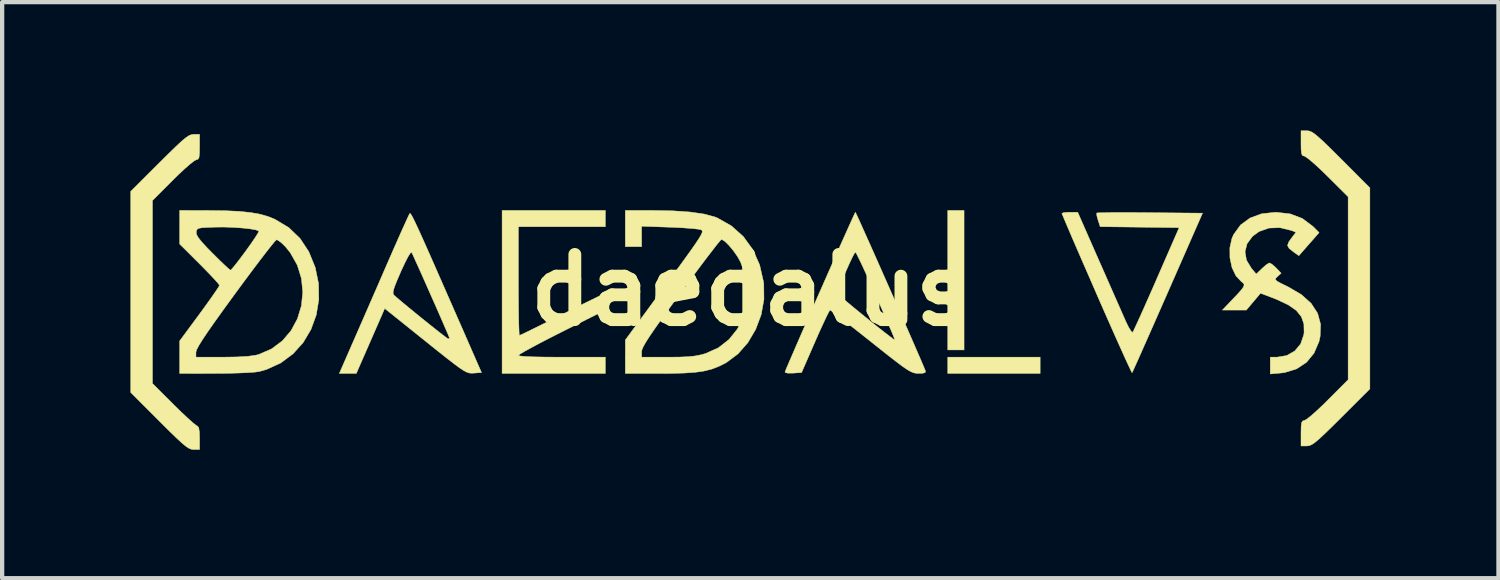
<source format=kicad_pcb>
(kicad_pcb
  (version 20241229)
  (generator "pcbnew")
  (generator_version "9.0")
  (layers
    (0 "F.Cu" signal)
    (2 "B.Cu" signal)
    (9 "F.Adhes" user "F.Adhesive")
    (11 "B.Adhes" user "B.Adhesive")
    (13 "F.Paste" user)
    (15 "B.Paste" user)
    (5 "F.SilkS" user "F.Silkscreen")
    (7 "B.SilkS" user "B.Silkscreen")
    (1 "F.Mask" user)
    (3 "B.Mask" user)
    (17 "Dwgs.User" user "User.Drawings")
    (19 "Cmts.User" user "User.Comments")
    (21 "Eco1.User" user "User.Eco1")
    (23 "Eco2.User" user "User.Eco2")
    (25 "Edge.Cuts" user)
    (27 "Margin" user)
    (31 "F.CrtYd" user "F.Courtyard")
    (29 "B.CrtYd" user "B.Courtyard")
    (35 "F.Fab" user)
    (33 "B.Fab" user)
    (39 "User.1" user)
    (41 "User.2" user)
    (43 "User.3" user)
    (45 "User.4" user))
  (footprint "daedalus"
    (layer "F.Cu")
    (at 14.483 3.73)
    (property "Reference" "daedalus" (at 0 0 0) (layer "F.SilkS") (effects (font (size 1.524 1.524) (thickness 0.3))))
    (attr through_hole)
    (fp_poly (pts (xy 4.995 1.397) (xy 4.614 1.397) (xy 4.614 -1.863) (xy 4.995 -1.863) (xy 4.995 1.397)) (stroke (width 0.01) (type solid)) (fill yes) (layer "F.SilkS"))
    (fp_poly (pts (xy 6.773 1.947) (xy 4.614 1.947) (xy 4.614 1.566) (xy 6.773 1.566) (xy 6.773 1.947)) (stroke (width 0.01) (type solid)) (fill yes) (layer "F.SilkS"))
    (fp_poly (pts (xy -12.869 -3.344) (xy -12.872 -3.187) (xy -12.883 -3.097) (xy -12.908 -3.057) (xy -12.944 -3.048) (xy -12.998 -3.019) (xy -13.099 -2.94) (xy -13.235 -2.82) (xy -13.394 -2.67) (xy -13.494 -2.571) (xy -13.97 -2.094) (xy -13.97 2.181) (xy -13.472 2.678) (xy -13.303 2.844) (xy -13.152 2.986) (xy -13.03 3.095) (xy -12.949 3.16) (xy -12.922 3.175) (xy -12.89 3.21) (xy -12.873 3.318) (xy -12.869 3.45) (xy -12.869 3.725) (xy -13.007 3.725) (xy -13.059 3.719) (xy -13.116 3.697) (xy -13.187 3.651) (xy -13.281 3.573) (xy -13.407 3.457) (xy -13.573 3.296) (xy -13.789 3.081) (xy -13.812 3.058) (xy -14.478 2.391) (xy -14.478 -2.308) (xy -13.811 -2.974) (xy -13.589 -3.194) (xy -13.418 -3.36) (xy -13.289 -3.48) (xy -13.192 -3.561) (xy -13.119 -3.61) (xy -13.061 -3.634) (xy -13.009 -3.641) (xy -13.006 -3.641) (xy -12.869 -3.641) (xy -12.869 -3.344)) (stroke (width 0.01) (type solid)) (fill yes) (layer "F.SilkS"))
    (fp_poly (pts (xy 13.059 -3.719) (xy 13.116 -3.697) (xy 13.187 -3.651) (xy 13.281 -3.573) (xy 13.407 -3.457) (xy 13.573 -3.296) (xy 13.789 -3.081) (xy 13.812 -3.058) (xy 14.478 -2.391) (xy 14.478 2.308) (xy 13.811 2.974) (xy 13.589 3.194) (xy 13.418 3.36) (xy 13.289 3.48) (xy 13.192 3.561) (xy 13.119 3.61) (xy 13.061 3.634) (xy 13.009 3.641) (xy 13.006 3.641) (xy 12.869 3.641) (xy 12.869 3.344) (xy 12.872 3.187) (xy 12.883 3.097) (xy 12.908 3.057) (xy 12.944 3.048) (xy 12.998 3.019) (xy 13.099 2.94) (xy 13.235 2.82) (xy 13.394 2.67) (xy 13.494 2.571) (xy 13.97 2.094) (xy 13.97 -2.182) (xy 13.493 -2.657) (xy 13.326 -2.819) (xy 13.175 -2.958) (xy 13.052 -3.062) (xy 12.968 -3.122) (xy 12.943 -3.133) (xy 12.904 -3.144) (xy 12.881 -3.191) (xy 12.871 -3.29) (xy 12.869 -3.429) (xy 12.869 -3.725) (xy 13.007 -3.725) (xy 13.059 -3.719)) (stroke (width 0.01) (type solid)) (fill yes) (layer "F.SilkS"))
    (fp_poly (pts (xy -3.387 -1.482) (xy -5.419 -1.482) (xy -5.419 -0.212) (xy -5.418 0.106) (xy -5.416 0.395) (xy -5.413 0.645) (xy -5.408 0.845) (xy -5.403 0.984) (xy -5.398 1.053) (xy -5.396 1.058) (xy -5.353 1.04) (xy -5.245 0.989) (xy -5.082 0.909) (xy -4.875 0.807) (xy -4.633 0.686) (xy -4.404 0.572) (xy -4.141 0.44) (xy -3.903 0.321) (xy -3.701 0.222) (xy -3.545 0.146) (xy -3.445 0.098) (xy -3.412 0.085) (xy -3.397 0.123) (xy -3.388 0.218) (xy -3.387 0.275) (xy -3.387 0.465) (xy -4.403 0.974) (xy -4.672 1.11) (xy -4.914 1.235) (xy -5.119 1.345) (xy -5.279 1.433) (xy -5.382 1.494) (xy -5.419 1.524) (xy -5.419 1.524) (xy -5.377 1.539) (xy -5.255 1.55) (xy -5.057 1.559) (xy -4.786 1.564) (xy -4.447 1.566) (xy -4.403 1.566) (xy -3.387 1.566) (xy -3.387 1.947) (xy -5.8 1.947) (xy -5.8 -1.863) (xy -3.387 -1.863) (xy -3.387 -1.482)) (stroke (width 0.01) (type solid)) (fill yes) (layer "F.SilkS"))
    (fp_poly (pts (xy 8.149 -0.688) (xy 8.284 -0.383) (xy 8.414 -0.088) (xy 8.533 0.183) (xy 8.637 0.418) (xy 8.718 0.602) (xy 8.772 0.724) (xy 8.775 0.732) (xy 8.84 0.865) (xy 8.896 0.956) (xy 8.932 0.988) (xy 8.935 0.986) (xy 8.96 0.94) (xy 9.013 0.826) (xy 9.092 0.654) (xy 9.191 0.434) (xy 9.306 0.174) (xy 9.434 -0.115) (xy 9.494 -0.254) (xy 10.021 -1.46) (xy 9.099 -1.472) (xy 8.176 -1.483) (xy 8.127 -1.633) (xy 8.099 -1.735) (xy 8.094 -1.797) (xy 8.096 -1.803) (xy 8.142 -1.807) (xy 8.261 -1.81) (xy 8.444 -1.813) (xy 8.679 -1.813) (xy 8.956 -1.813) (xy 9.263 -1.811) (xy 9.341 -1.81) (xy 10.568 -1.799) (xy 9.753 0.057) (xy 9.589 0.429) (xy 9.436 0.777) (xy 9.296 1.093) (xy 9.174 1.369) (xy 9.072 1.599) (xy 8.993 1.774) (xy 8.942 1.887) (xy 8.921 1.93) (xy 8.921 1.93) (xy 8.902 1.896) (xy 8.852 1.791) (xy 8.774 1.624) (xy 8.674 1.402) (xy 8.552 1.131) (xy 8.414 0.82) (xy 8.262 0.476) (xy 8.1 0.106) (xy 8.093 0.09) (xy 7.931 -0.283) (xy 7.779 -0.631) (xy 7.641 -0.948) (xy 7.521 -1.226) (xy 7.422 -1.457) (xy 7.347 -1.634) (xy 7.299 -1.748) (xy 7.281 -1.793) (xy 7.281 -1.794) (xy 7.319 -1.81) (xy 7.414 -1.819) (xy 7.466 -1.82) (xy 7.651 -1.82) (xy 8.149 -0.688)) (stroke (width 0.01) (type solid)) (fill yes) (layer "F.SilkS"))
    (fp_poly (pts (xy -7.934 -1.778) (xy -7.911 -1.741) (xy -7.878 -1.678) (xy -7.831 -1.583) (xy -7.769 -1.45) (xy -7.689 -1.275) (xy -7.589 -1.052) (xy -7.466 -0.775) (xy -7.319 -0.441) (xy -7.144 -0.043) (xy -6.939 0.424) (xy -6.781 0.783) (xy -6.281 1.926) (xy -6.462 1.939) (xy -6.516 1.941) (xy -6.568 1.936) (xy -6.625 1.917) (xy -6.697 1.88) (xy -6.791 1.818) (xy -6.916 1.726) (xy -7.082 1.598) (xy -7.295 1.429) (xy -7.565 1.213) (xy -7.593 1.19) (xy -8.543 0.428) (xy -8.875 1.188) (xy -9.207 1.947) (xy -9.604 1.947) (xy -9.276 1.196) (xy -9.165 0.943) (xy -9.03 0.634) (xy -8.879 0.288) (xy -8.787 0.077) (xy -8.347 0.077) (xy -8.329 0.114) (xy -8.328 0.115) (xy -8.266 0.17) (xy -8.157 0.263) (xy -8.012 0.383) (xy -7.845 0.52) (xy -7.667 0.665) (xy -7.491 0.806) (xy -7.33 0.934) (xy -7.196 1.039) (xy -7.101 1.111) (xy -7.059 1.139) (xy -7.059 1.139) (xy -7.027 1.123) (xy -7.027 1.123) (xy -7.044 1.08) (xy -7.089 0.974) (xy -7.158 0.815) (xy -7.244 0.616) (xy -7.343 0.391) (xy -7.449 0.152) (xy -7.556 -0.09) (xy -7.658 -0.32) (xy -7.751 -0.527) (xy -7.828 -0.697) (xy -7.883 -0.819) (xy -7.912 -0.88) (xy -7.913 -0.881) (xy -7.942 -0.869) (xy -7.997 -0.783) (xy -8.075 -0.631) (xy -8.164 -0.439) (xy -8.255 -0.228) (xy -8.314 -0.08) (xy -8.343 0.017) (xy -8.347 0.077) (xy -8.787 0.077) (xy -8.722 -0.071) (xy -8.569 -0.424) (xy -8.468 -0.656) (xy -8.343 -0.942) (xy -8.228 -1.202) (xy -8.128 -1.427) (xy -8.046 -1.607) (xy -7.989 -1.731) (xy -7.96 -1.789) (xy -7.958 -1.791) (xy -7.949 -1.793) (xy -7.934 -1.778)) (stroke (width 0.01) (type solid)) (fill yes) (layer "F.SilkS"))
    (fp_poly (pts (xy 12.614 -1.783) (xy 12.9 -1.675) (xy 13.144 -1.492) (xy 13.155 -1.482) (xy 13.292 -1.345) (xy 12.818 -0.805) (xy 12.697 -0.891) (xy 12.591 -0.975) (xy 12.554 -1.043) (xy 12.58 -1.122) (xy 12.639 -1.206) (xy 12.751 -1.353) (xy 12.646 -1.394) (xy 12.375 -1.46) (xy 12.119 -1.451) (xy 11.889 -1.37) (xy 11.737 -1.259) (xy 11.608 -1.085) (xy 11.561 -0.897) (xy 11.594 -0.702) (xy 11.71 -0.51) (xy 11.711 -0.509) (xy 11.823 -0.376) (xy 11.957 -0.505) (xy 12.047 -0.585) (xy 12.117 -0.631) (xy 12.133 -0.635) (xy 12.188 -0.607) (xy 12.269 -0.537) (xy 12.291 -0.515) (xy 12.405 -0.396) (xy 12.318 -0.317) (xy 12.279 -0.278) (xy 12.272 -0.246) (xy 12.307 -0.21) (xy 12.396 -0.161) (xy 12.549 -0.086) (xy 12.564 -0.079) (xy 12.875 0.102) (xy 13.106 0.309) (xy 13.257 0.541) (xy 13.327 0.799) (xy 13.316 1.081) (xy 13.289 1.203) (xy 13.173 1.473) (xy 12.997 1.687) (xy 12.766 1.84) (xy 12.489 1.925) (xy 12.404 1.936) (xy 12.15 1.959) (xy 12.15 1.566) (xy 12.308 1.566) (xy 12.536 1.528) (xy 12.724 1.421) (xy 12.861 1.256) (xy 12.934 1.042) (xy 12.941 0.987) (xy 12.936 0.788) (xy 12.877 0.62) (xy 12.758 0.474) (xy 12.571 0.344) (xy 12.309 0.22) (xy 12.225 0.187) (xy 11.923 0.072) (xy 11.757 0.269) (xy 11.591 0.466) (xy 11.031 0.466) (xy 11.243 0.243) (xy 11.389 0.09) (xy 11.483 -0.016) (xy 11.53 -0.085) (xy 11.539 -0.131) (xy 11.516 -0.167) (xy 11.479 -0.195) (xy 11.348 -0.334) (xy 11.256 -0.528) (xy 11.208 -0.754) (xy 11.206 -0.989) (xy 11.255 -1.211) (xy 11.294 -1.299) (xy 11.456 -1.523) (xy 11.676 -1.685) (xy 11.949 -1.785) (xy 12.272 -1.82) (xy 12.286 -1.82) (xy 12.614 -1.783)) (stroke (width 0.01) (type solid)) (fill yes) (layer "F.SilkS"))
    (fp_poly (pts (xy -1.807 -1.853) (xy -1.399 -1.825) (xy -1.072 -1.777) (xy -0.824 -1.709) (xy -0.777 -1.691) (xy -0.443 -1.503) (xy -0.163 -1.253) (xy 0.059 -0.947) (xy 0.218 -0.591) (xy 0.309 -0.192) (xy 0.315 -0.146) (xy 0.319 0.215) (xy 0.254 0.574) (xy 0.126 0.916) (xy -0.057 1.227) (xy -0.288 1.49) (xy -0.559 1.692) (xy -0.584 1.706) (xy -0.744 1.785) (xy -0.904 1.846) (xy -1.08 1.89) (xy -1.285 1.92) (xy -1.535 1.937) (xy -1.845 1.946) (xy -2.104 1.947) (xy -2.921 1.947) (xy -2.92 1.436) (xy -2.54 1.436) (xy -2.54 1.566) (xy -1.931 1.566) (xy -1.66 1.564) (xy -1.453 1.555) (xy -1.29 1.538) (xy -1.149 1.51) (xy -1.046 1.481) (xy -0.747 1.348) (xy -0.498 1.153) (xy -0.301 0.908) (xy -0.161 0.622) (xy -0.082 0.307) (xy -0.068 -0.026) (xy -0.123 -0.368) (xy -0.226 -0.653) (xy -0.299 -0.785) (xy -0.396 -0.923) (xy -0.5 -1.048) (xy -0.596 -1.142) (xy -0.667 -1.184) (xy -0.675 -1.185) (xy -0.708 -1.152) (xy -0.785 -1.059) (xy -0.899 -0.911) (xy -1.047 -0.719) (xy -1.22 -0.488) (xy -1.415 -0.226) (xy -1.625 0.058) (xy -1.626 0.06) (xy -1.876 0.402) (xy -2.079 0.683) (xy -2.239 0.91) (xy -2.36 1.087) (xy -2.446 1.223) (xy -2.502 1.323) (xy -2.532 1.393) (xy -2.54 1.436) (xy -2.92 1.436) (xy -2.92 1.164) (xy -1.989 -0.105) (xy -1.748 -0.433) (xy -1.554 -0.699) (xy -1.402 -0.911) (xy -1.287 -1.074) (xy -1.206 -1.196) (xy -1.154 -1.282) (xy -1.127 -1.341) (xy -1.121 -1.377) (xy -1.131 -1.399) (xy -1.153 -1.412) (xy -1.228 -1.426) (xy -1.37 -1.441) (xy -1.561 -1.455) (xy -1.785 -1.467) (xy -1.894 -1.471) (xy -2.54 -1.493) (xy -2.54 -1.016) (xy -2.921 -1.016) (xy -2.921 -1.863) (xy -2.295 -1.863) (xy -1.807 -1.853)) (stroke (width 0.01) (type solid)) (fill yes) (layer "F.SilkS"))
    (fp_poly (pts (xy 2.475 -1.782) (xy 2.524 -1.676) (xy 2.599 -1.511) (xy 2.695 -1.296) (xy 2.81 -1.04) (xy 2.938 -0.752) (xy 3.076 -0.441) (xy 3.219 -0.117) (xy 3.365 0.212) (xy 3.507 0.536) (xy 3.643 0.846) (xy 3.769 1.134) (xy 3.88 1.389) (xy 3.973 1.603) (xy 4.043 1.767) (xy 4.086 1.871) (xy 4.093 1.888) (xy 4.087 1.926) (xy 4.021 1.944) (xy 3.931 1.946) (xy 3.873 1.943) (xy 3.817 1.931) (xy 3.752 1.905) (xy 3.67 1.858) (xy 3.562 1.785) (xy 3.421 1.679) (xy 3.236 1.536) (xy 3 1.349) (xy 2.819 1.205) (xy 2.577 1.013) (xy 2.357 0.84) (xy 2.167 0.692) (xy 2.016 0.576) (xy 1.913 0.498) (xy 1.865 0.466) (xy 1.863 0.466) (xy 1.838 0.503) (xy 1.786 0.605) (xy 1.712 0.762) (xy 1.621 0.96) (xy 1.52 1.188) (xy 1.517 1.196) (xy 1.198 1.926) (xy 0.997 1.939) (xy 0.879 1.94) (xy 0.815 1.924) (xy 0.811 1.912) (xy 0.84 1.838) (xy 0.899 1.7) (xy 0.982 1.508) (xy 1.085 1.27) (xy 1.204 0.996) (xy 1.336 0.695) (xy 1.476 0.375) (xy 1.611 0.069) (xy 2.039 0.069) (xy 2.039 0.08) (xy 2.074 0.116) (xy 2.162 0.194) (xy 2.292 0.303) (xy 2.451 0.435) (xy 2.627 0.579) (xy 2.808 0.726) (xy 2.983 0.866) (xy 3.14 0.989) (xy 3.266 1.086) (xy 3.349 1.147) (xy 3.378 1.164) (xy 3.365 1.124) (xy 3.322 1.017) (xy 3.252 0.853) (xy 3.162 0.643) (xy 3.054 0.396) (xy 2.937 0.132) (xy 2.816 -0.14) (xy 2.704 -0.385) (xy 2.608 -0.593) (xy 2.531 -0.752) (xy 2.479 -0.855) (xy 2.457 -0.889) (xy 2.429 -0.853) (xy 2.378 -0.756) (xy 2.313 -0.617) (xy 2.24 -0.454) (xy 2.169 -0.285) (xy 2.106 -0.13) (xy 2.06 -0.006) (xy 2.039 0.069) (xy 1.611 0.069) (xy 1.621 0.047) (xy 1.766 -0.282) (xy 1.907 -0.601) (xy 2.04 -0.901) (xy 2.162 -1.175) (xy 2.268 -1.411) (xy 2.354 -1.602) (xy 2.416 -1.738) (xy 2.45 -1.81) (xy 2.455 -1.819) (xy 2.475 -1.782)) (stroke (width 0.01) (type solid)) (fill yes) (layer "F.SilkS"))
    (fp_poly (pts (xy -12.668 -1.861) (xy -12.27 -1.856) (xy -11.943 -1.841) (xy -11.674 -1.813) (xy -11.45 -1.773) (xy -11.258 -1.717) (xy -11.107 -1.655) (xy -10.784 -1.461) (xy -10.521 -1.208) (xy -10.317 -0.899) (xy -10.166 -0.528) (xy -10.089 -0.152) (xy -10.083 0.221) (xy -10.143 0.581) (xy -10.266 0.918) (xy -10.447 1.223) (xy -10.684 1.487) (xy -10.972 1.701) (xy -11.306 1.854) (xy -11.477 1.902) (xy -11.578 1.916) (xy -11.746 1.928) (xy -11.965 1.937) (xy -12.219 1.944) (xy -12.489 1.946) (xy -12.499 1.946) (xy -13.335 1.947) (xy -13.335 1.448) (xy -12.954 1.448) (xy -12.954 1.566) (xy -12.327 1.566) (xy -11.994 1.561) (xy -11.737 1.546) (xy -11.551 1.519) (xy -11.489 1.504) (xy -11.187 1.373) (xy -10.933 1.183) (xy -10.73 0.944) (xy -10.582 0.668) (xy -10.49 0.365) (xy -10.458 0.049) (xy -10.489 -0.271) (xy -10.585 -0.583) (xy -10.75 -0.875) (xy -10.86 -1.012) (xy -10.957 -1.107) (xy -11.037 -1.166) (xy -11.073 -1.177) (xy -11.11 -1.141) (xy -11.19 -1.044) (xy -11.308 -0.894) (xy -11.458 -0.699) (xy -11.634 -0.466) (xy -11.83 -0.203) (xy -12.04 0.083) (xy -12.04 0.083) (xy -12.3 0.439) (xy -12.511 0.734) (xy -12.677 0.971) (xy -12.801 1.156) (xy -12.886 1.293) (xy -12.936 1.388) (xy -12.954 1.445) (xy -12.954 1.448) (xy -13.335 1.448) (xy -13.335 1.187) (xy -12.869 0.556) (xy -12.722 0.354) (xy -12.594 0.175) (xy -12.493 0.03) (xy -12.427 -0.069) (xy -12.404 -0.112) (xy -12.432 -0.153) (xy -12.511 -0.243) (xy -12.629 -0.369) (xy -12.778 -0.522) (xy -12.869 -0.614) (xy -13.335 -1.078) (xy -13.335 -1.359) (xy -12.947 -1.359) (xy -12.941 -1.303) (xy -12.901 -1.23) (xy -12.821 -1.129) (xy -12.692 -0.989) (xy -12.567 -0.862) (xy -12.419 -0.715) (xy -12.292 -0.593) (xy -12.198 -0.506) (xy -12.149 -0.467) (xy -12.146 -0.466) (xy -12.112 -0.498) (xy -12.039 -0.586) (xy -11.937 -0.717) (xy -11.816 -0.879) (xy -11.791 -0.913) (xy -11.671 -1.08) (xy -11.574 -1.222) (xy -11.508 -1.326) (xy -11.483 -1.377) (xy -11.484 -1.38) (xy -11.55 -1.407) (xy -11.682 -1.431) (xy -11.862 -1.451) (xy -12.071 -1.466) (xy -12.29 -1.474) (xy -12.488 -1.473) (xy -12.686 -1.466) (xy -12.815 -1.458) (xy -12.891 -1.444) (xy -12.928 -1.42) (xy -12.943 -1.382) (xy -12.947 -1.359) (xy -13.335 -1.359) (xy -13.335 -1.863) (xy -12.668 -1.861)) (stroke (width 0.01) (type solid)) (fill yes) (layer "F.SilkS")))
  (gr_rect
    (start -3 -3)
    (end 31.966 10.461)
    (stroke (width 0.1) (type default))
    (fill no)
    (layer "Edge.Cuts")))
</source>
